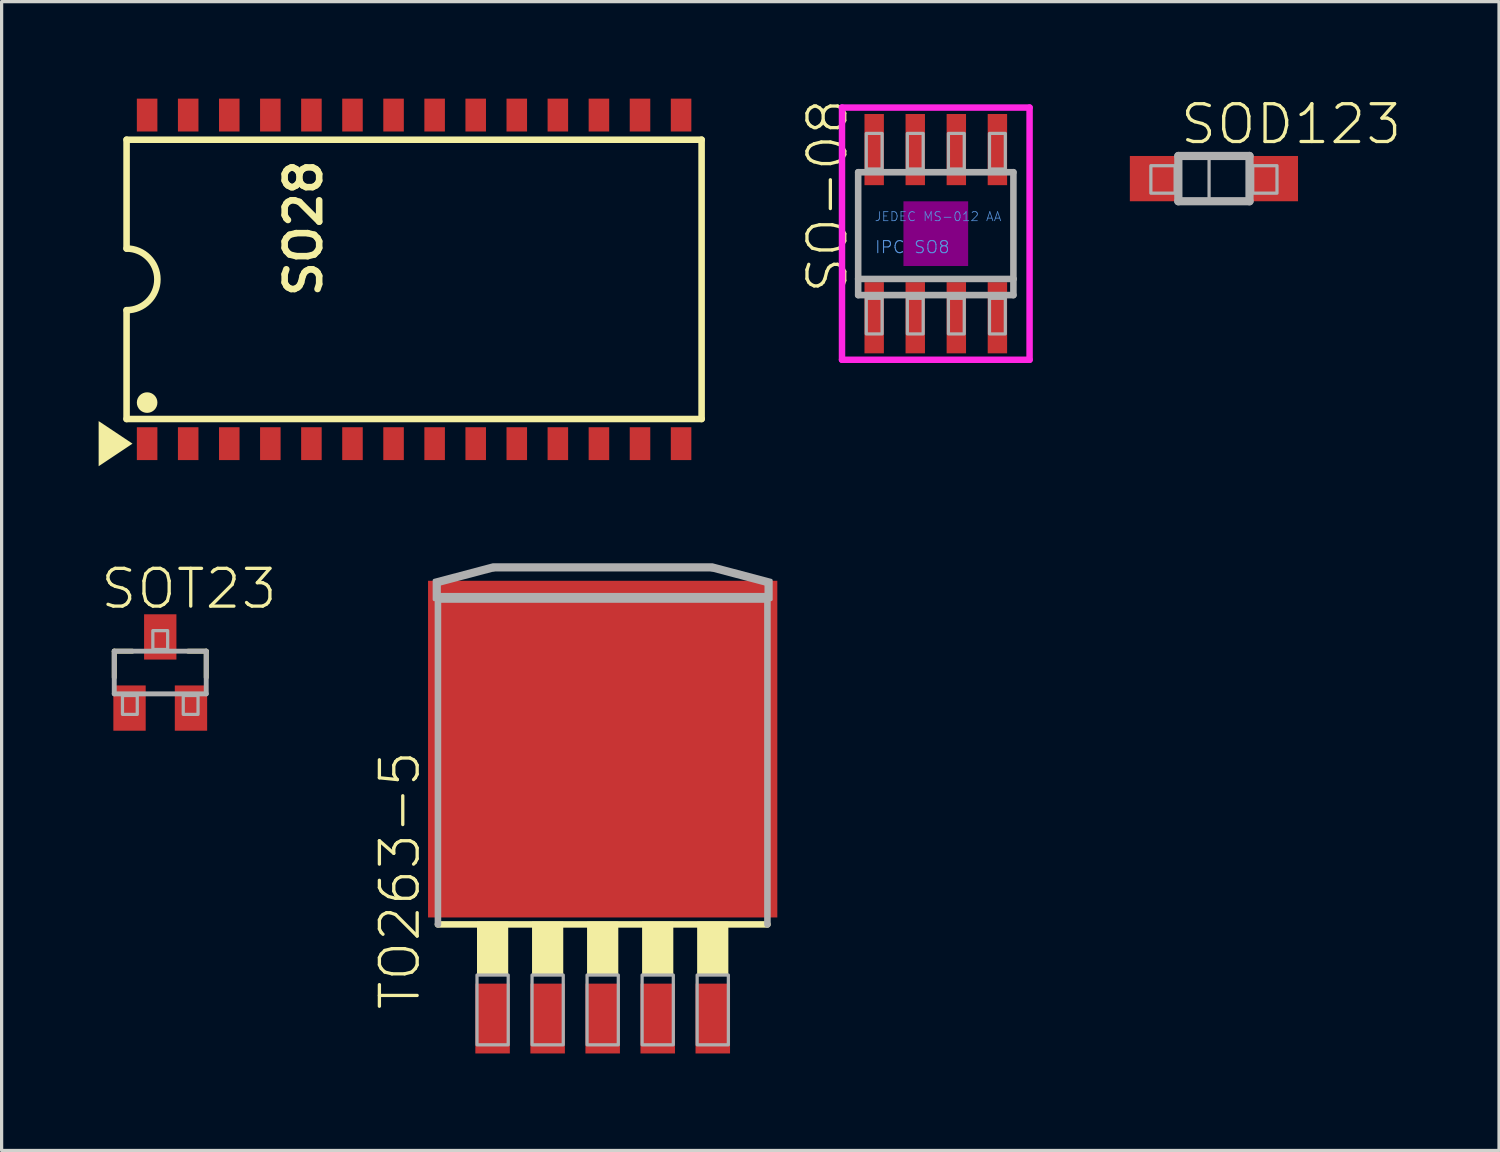
<source format=kicad_pcb>
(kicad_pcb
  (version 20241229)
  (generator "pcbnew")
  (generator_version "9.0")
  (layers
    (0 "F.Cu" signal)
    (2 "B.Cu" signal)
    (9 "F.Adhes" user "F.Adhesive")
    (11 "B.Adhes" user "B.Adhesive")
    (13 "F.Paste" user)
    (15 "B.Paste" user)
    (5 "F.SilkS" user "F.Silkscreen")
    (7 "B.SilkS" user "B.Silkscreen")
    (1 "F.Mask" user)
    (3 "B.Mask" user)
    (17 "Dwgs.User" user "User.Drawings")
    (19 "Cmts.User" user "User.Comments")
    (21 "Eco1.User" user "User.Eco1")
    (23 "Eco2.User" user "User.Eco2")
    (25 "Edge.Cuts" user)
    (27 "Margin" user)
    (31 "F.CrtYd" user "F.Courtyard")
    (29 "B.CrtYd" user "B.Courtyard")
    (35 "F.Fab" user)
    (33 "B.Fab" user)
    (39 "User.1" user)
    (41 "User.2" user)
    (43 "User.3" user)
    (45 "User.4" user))
  (footprint "TO263-5"
    (layer "F.Cu")
    (at 15.585 22.653)
    (property "Reference" "TO263-5" (at -5.588 5.588 90) (layer "F.SilkS") (effects (font (size 1.168 1.168) (thickness 0.102)) (justify left bottom)))
    (fp_line (start 5.094 2.88) (end -5.094 2.88) (stroke (width 0.203) (type solid)) (layer "F.SilkS"))
    (fp_poly (pts (xy -3.886 4.47) (xy -2.921 4.47) (xy -2.921 2.794) (xy -3.886 2.794)) (stroke (width 0) (type solid)) (fill yes) (layer "F.SilkS"))
    (fp_poly (pts (xy -2.184 4.47) (xy -1.219 4.47) (xy -1.219 2.794) (xy -2.184 2.794)) (stroke (width 0) (type solid)) (fill yes) (layer "F.SilkS"))
    (fp_poly (pts (xy -0.483 4.47) (xy 0.483 4.47) (xy 0.483 2.794) (xy -0.483 2.794)) (stroke (width 0) (type solid)) (fill yes) (layer "F.SilkS"))
    (fp_poly (pts (xy 1.219 4.47) (xy 2.184 4.47) (xy 2.184 2.794) (xy 1.219 2.794)) (stroke (width 0) (type solid)) (fill yes) (layer "F.SilkS"))
    (fp_poly (pts (xy 2.921 4.47) (xy 3.886 4.47) (xy 3.886 2.794) (xy 2.921 2.794)) (stroke (width 0) (type solid)) (fill yes) (layer "F.SilkS"))
    (fp_line (start -5.105 -7.678) (end -3.378 -8.135) (stroke (width 0.203) (type solid)) (layer "F.Fab"))
    (fp_line (start -5.105 -7.267) (end -5.105 -7.678) (stroke (width 0.203) (type solid)) (layer "F.Fab"))
    (fp_line (start -5.094 -7.165) (end 5.094 -7.165) (stroke (width 0.203) (type solid)) (layer "F.Fab"))
    (fp_line (start -5.094 2.88) (end -5.094 -7.165) (stroke (width 0.203) (type solid)) (layer "F.Fab"))
    (fp_line (start -3.378 -8.135) (end 3.378 -8.135) (stroke (width 0.203) (type solid)) (layer "F.Fab"))
    (fp_line (start 3.378 -8.135) (end 5.105 -7.678) (stroke (width 0.203) (type solid)) (layer "F.Fab"))
    (fp_line (start 5.094 -7.165) (end 5.094 2.88) (stroke (width 0.203) (type solid)) (layer "F.Fab"))
    (fp_line (start 5.105 -7.678) (end 5.105 -7.267) (stroke (width 0.203) (type solid)) (layer "F.Fab"))
    (fp_line (start 5.105 -7.267) (end -5.105 -7.267) (stroke (width 0.203) (type solid)) (layer "F.Fab"))
    (fp_poly (pts (xy -3.886 6.604) (xy -2.921 6.604) (xy -2.921 4.445) (xy -3.886 4.445)) (stroke (width 0.1) (type solid)) (fill no) (layer "F.Fab"))
    (fp_poly (pts (xy -2.184 6.604) (xy -1.219 6.604) (xy -1.219 4.445) (xy -2.184 4.445)) (stroke (width 0.1) (type solid)) (fill no) (layer "F.Fab"))
    (fp_poly (pts (xy -0.483 6.604) (xy 0.483 6.604) (xy 0.483 4.445) (xy -0.483 4.445)) (stroke (width 0.1) (type solid)) (fill no) (layer "F.Fab"))
    (fp_poly (pts (xy 1.219 6.604) (xy 2.184 6.604) (xy 2.184 4.445) (xy 1.219 4.445)) (stroke (width 0.1) (type solid)) (fill no) (layer "F.Fab"))
    (fp_poly (pts (xy 2.921 6.604) (xy 3.886 6.604) (xy 3.886 4.445) (xy 2.921 4.445)) (stroke (width 0.1) (type solid)) (fill no) (layer "F.Fab"))
    (fp_poly (pts (xy 5.207 -7.756) (xy 5.207 -7.165) (xy -5.207 -7.165) (xy -5.207 -7.756) (xy -3.391 -8.237) (xy 3.391 -8.237)) (stroke (width 0.1) (type solid)) (fill no) (layer "F.Fab"))
    (pad "1" smd rect (at -3.404 5.791) (size 1.067 2.159) (layers "F.Cu" "F.Mask" "F.Paste"))
    (pad "2" smd rect (at -1.702 5.791) (size 1.067 2.159) (layers "F.Cu" "F.Mask" "F.Paste"))
    (pad "3" smd rect (at 0 5.791) (size 1.067 2.159) (layers "F.Cu" "F.Mask" "F.Paste"))
    (pad "4" smd rect (at 1.702 5.791) (size 1.067 2.159) (layers "F.Cu" "F.Mask" "F.Paste"))
    (pad "5" smd rect (at 3.404 5.791) (size 1.067 2.159) (layers "F.Cu" "F.Mask" "F.Paste"))
    (pad "6" smd rect (at 0 -2.54) (size 10.8 10.41) (layers "F.Cu" "F.Mask" "F.Paste")))
  (footprint "SO28"
    (layer "F.Cu")
    (at 9.754 5.588)
    (property "Reference" "SO28" (at -2.794 0.635 90) (layer "F.SilkS") (effects (font (size 1.067 1.067) (thickness 0.203)) (justify left bottom)))
    (fp_line (start -8.89 -4.318) (end -8.89 -0.953) (stroke (width 0.203) (type solid)) (layer "F.SilkS"))
    (fp_line (start -8.89 0.953) (end -8.89 4.318) (stroke (width 0.203) (type solid)) (layer "F.SilkS"))
    (fp_line (start -8.89 4.318) (end 8.89 4.318) (stroke (width 0.203) (type solid)) (layer "F.SilkS"))
    (fp_line (start 8.89 -4.318) (end -8.89 -4.318) (stroke (width 0.203) (type solid)) (layer "F.SilkS"))
    (fp_line (start 8.89 4.318) (end 8.89 -4.318) (stroke (width 0.203) (type solid)) (layer "F.SilkS"))
    (fp_arc (start -8.89 -0.9525) (mid -7.9375 0) (end -8.89 0.9525) (stroke (width 0.2032) (type solid)) (layer "F.SilkS"))
    (fp_circle (center -8.255 3.81) (end -8.096 3.81) (stroke (width 0.318) (type solid)) (fill yes) (layer "F.SilkS"))
    (fp_poly (pts (xy -8.707 5.08) (xy -9.754 5.778) (xy -9.754 4.382)) (stroke (width 0) (type solid)) (fill yes) (layer "F.SilkS"))
    (pad "1" smd rect (at -8.255 5.08) (size 0.635 1.016) (layers "F.Cu" "F.Mask" "F.Paste"))
    (pad "2" smd rect (at -6.985 5.08) (size 0.635 1.016) (layers "F.Cu" "F.Mask" "F.Paste"))
    (pad "3" smd rect (at -5.715 5.08) (size 0.635 1.016) (layers "F.Cu" "F.Mask" "F.Paste"))
    (pad "4" smd rect (at -4.445 5.08) (size 0.635 1.016) (layers "F.Cu" "F.Mask" "F.Paste"))
    (pad "5" smd rect (at -3.175 5.08) (size 0.635 1.016) (layers "F.Cu" "F.Mask" "F.Paste"))
    (pad "6" smd rect (at -1.905 5.08) (size 0.635 1.016) (layers "F.Cu" "F.Mask" "F.Paste"))
    (pad "7" smd rect (at -0.635 5.08) (size 0.635 1.016) (layers "F.Cu" "F.Mask" "F.Paste"))
    (pad "8" smd rect (at 0.635 5.08) (size 0.635 1.016) (layers "F.Cu" "F.Mask" "F.Paste"))
    (pad "9" smd rect (at 1.905 5.08) (size 0.635 1.016) (layers "F.Cu" "F.Mask" "F.Paste"))
    (pad "10" smd rect (at 3.175 5.08) (size 0.635 1.016) (layers "F.Cu" "F.Mask" "F.Paste"))
    (pad "11" smd rect (at 4.445 5.08) (size 0.635 1.016) (layers "F.Cu" "F.Mask" "F.Paste"))
    (pad "12" smd rect (at 5.715 5.08) (size 0.635 1.016) (layers "F.Cu" "F.Mask" "F.Paste"))
    (pad "13" smd rect (at 6.985 5.08) (size 0.635 1.016) (layers "F.Cu" "F.Mask" "F.Paste"))
    (pad "14" smd rect (at 8.255 5.08) (size 0.635 1.016) (layers "F.Cu" "F.Mask" "F.Paste"))
    (pad "15" smd rect (at 8.255 -5.08) (size 0.635 1.016) (layers "F.Cu" "F.Mask" "F.Paste"))
    (pad "16" smd rect (at 6.985 -5.08) (size 0.635 1.016) (layers "F.Cu" "F.Mask" "F.Paste"))
    (pad "17" smd rect (at 5.715 -5.08) (size 0.635 1.016) (layers "F.Cu" "F.Mask" "F.Paste"))
    (pad "18" smd rect (at 4.445 -5.08) (size 0.635 1.016) (layers "F.Cu" "F.Mask" "F.Paste"))
    (pad "19" smd rect (at 3.175 -5.08) (size 0.635 1.016) (layers "F.Cu" "F.Mask" "F.Paste"))
    (pad "20" smd rect (at 1.905 -5.08) (size 0.635 1.016) (layers "F.Cu" "F.Mask" "F.Paste"))
    (pad "21" smd rect (at 0.635 -5.08) (size 0.635 1.016) (layers "F.Cu" "F.Mask" "F.Paste"))
    (pad "22" smd rect (at -0.635 -5.08) (size 0.635 1.016) (layers "F.Cu" "F.Mask" "F.Paste"))
    (pad "23" smd rect (at -1.905 -5.08) (size 0.635 1.016) (layers "F.Cu" "F.Mask" "F.Paste"))
    (pad "24" smd rect (at -3.175 -5.08) (size 0.635 1.016) (layers "F.Cu" "F.Mask" "F.Paste"))
    (pad "25" smd rect (at -4.445 -5.08) (size 0.635 1.016) (layers "F.Cu" "F.Mask" "F.Paste"))
    (pad "26" smd rect (at -5.715 -5.08) (size 0.635 1.016) (layers "F.Cu" "F.Mask" "F.Paste"))
    (pad "27" smd rect (at -6.985 -5.08) (size 0.635 1.016) (layers "F.Cu" "F.Mask" "F.Paste"))
    (pad "28" smd rect (at -8.255 -5.08) (size 0.635 1.016) (layers "F.Cu" "F.Mask" "F.Paste")))
  (footprint "SOD123"
    (layer "F.Cu")
    (at 34.485 2.473)
    (property "Reference" "SOD123" (at -1.1 -1 0) (layer "F.SilkS") (effects (font (size 1.168 1.168) (thickness 0.102)) (justify left bottom)))
    (fp_line (start -1.1 -0.7) (end 1.1 -0.7) (stroke (width 0.254) (type solid)) (layer "F.Fab"))
    (fp_line (start -1.1 0.7) (end -1.1 -0.7) (stroke (width 0.254) (type solid)) (layer "F.Fab"))
    (fp_line (start 1.1 -0.7) (end 1.1 0.7) (stroke (width 0.254) (type solid)) (layer "F.Fab"))
    (fp_line (start 1.1 0.7) (end -1.1 0.7) (stroke (width 0.254) (type solid)) (layer "F.Fab"))
    (fp_poly (pts (xy -1.95 0.45) (xy -1.2 0.45) (xy -1.2 -0.4) (xy -1.95 -0.4)) (stroke (width 0.1) (type solid)) (fill no) (layer "F.Fab"))
    (fp_poly (pts (xy -1.05 0.65) (xy -0.15 0.65) (xy -0.15 -0.7) (xy -1.05 -0.7)) (stroke (width 0.1) (type solid)) (fill no) (layer "F.Fab"))
    (fp_poly (pts (xy 1.2 0.45) (xy 1.95 0.45) (xy 1.95 -0.4) (xy 1.2 -0.4)) (stroke (width 0.1) (type solid)) (fill no) (layer "F.Fab"))
    (pad "A" smd rect (at 1.9 0) (size 1.4 1.4) (layers "F.Cu" "F.Mask" "F.Paste"))
    (pad "C" smd rect (at -1.9 0) (size 1.4 1.4) (layers "F.Cu" "F.Mask" "F.Paste")))
  (footprint "SO-08"
    (layer "F.Cu")
    (at 25.885 4.175)
    (property "Reference" "SO-08" (at -2.667 1.905 90) (layer "F.SilkS") (effects (font (size 1.168 1.168) (thickness 0.102)) (justify left bottom)))
    (fp_poly (pts (xy -1 1) (xy 1 1) (xy 1 -1) (xy -1 -1)) (stroke (width 0) (type solid)) (fill yes) (layer "F.Adhes"))
    (fp_line (start -2.9 -3.9) (end 2.9 -3.9) (stroke (width 0.2) (type solid)) (layer "F.CrtYd"))
    (fp_line (start -2.9 3.9) (end -2.9 -3.9) (stroke (width 0.2) (type solid)) (layer "F.CrtYd"))
    (fp_line (start 2.9 -3.9) (end 2.9 3.9) (stroke (width 0.2) (type solid)) (layer "F.CrtYd"))
    (fp_line (start 2.9 3.9) (end -2.9 3.9) (stroke (width 0.2) (type solid)) (layer "F.CrtYd"))
    (fp_line (start -2.4 -1.9) (end 2.4 -1.9) (stroke (width 0.203) (type solid)) (layer "F.Fab"))
    (fp_line (start -2.4 1.4) (end -2.4 -1.9) (stroke (width 0.203) (type solid)) (layer "F.Fab"))
    (fp_line (start -2.4 1.9) (end -2.4 1.4) (stroke (width 0.203) (type solid)) (layer "F.Fab"))
    (fp_line (start 2.4 -1.9) (end 2.4 1.4) (stroke (width 0.203) (type solid)) (layer "F.Fab"))
    (fp_line (start 2.4 1.4) (end -2.4 1.4) (stroke (width 0.203) (type solid)) (layer "F.Fab"))
    (fp_line (start 2.4 1.4) (end 2.4 1.9) (stroke (width 0.203) (type solid)) (layer "F.Fab"))
    (fp_line (start 2.4 1.9) (end -2.4 1.9) (stroke (width 0.203) (type solid)) (layer "F.Fab"))
    (fp_poly (pts (xy -2.15 -2) (xy -1.66 -2) (xy -1.66 -3.1) (xy -2.15 -3.1)) (stroke (width 0.1) (type solid)) (fill no) (layer "F.Fab"))
    (fp_poly (pts (xy -2.15 3.1) (xy -1.66 3.1) (xy -1.66 2) (xy -2.15 2)) (stroke (width 0.1) (type solid)) (fill no) (layer "F.Fab"))
    (fp_poly (pts (xy -0.88 -2) (xy -0.39 -2) (xy -0.39 -3.1) (xy -0.88 -3.1)) (stroke (width 0.1) (type solid)) (fill no) (layer "F.Fab"))
    (fp_poly (pts (xy -0.88 3.1) (xy -0.39 3.1) (xy -0.39 2) (xy -0.88 2)) (stroke (width 0.1) (type solid)) (fill no) (layer "F.Fab"))
    (fp_poly (pts (xy 0.39 -2) (xy 0.88 -2) (xy 0.88 -3.1) (xy 0.39 -3.1)) (stroke (width 0.1) (type solid)) (fill no) (layer "F.Fab"))
    (fp_poly (pts (xy 0.39 3.1) (xy 0.88 3.1) (xy 0.88 2) (xy 0.39 2)) (stroke (width 0.1) (type solid)) (fill no) (layer "F.Fab"))
    (fp_poly (pts (xy 1.66 -2) (xy 2.15 -2) (xy 2.15 -3.1) (xy 1.66 -3.1)) (stroke (width 0.1) (type solid)) (fill no) (layer "F.Fab"))
    (fp_poly (pts (xy 1.66 3.1) (xy 2.15 3.1) (xy 2.15 2) (xy 1.66 2)) (stroke (width 0.1) (type solid)) (fill no) (layer "F.Fab"))
    (fp_text user "IPC SO8" (at -1.905 0.635 0) (layer "Cmts.User") (effects (font (size 0.374 0.374) (thickness 0.033)) (justify left bottom)))
    (fp_text user "JEDEC MS-012 AA" (at -1.905 -0.365 0) (layer "Cmts.User") (effects (font (size 0.28 0.28) (thickness 0.024)) (justify left bottom)))
    (pad "1" smd rect (at -1.905 2.6) (size 0.6 2.2) (layers "F.Cu" "F.Mask" "F.Paste"))
    (pad "2" smd rect (at -0.635 2.6) (size 0.6 2.2) (layers "F.Cu" "F.Mask" "F.Paste"))
    (pad "3" smd rect (at 0.635 2.6) (size 0.6 2.2) (layers "F.Cu" "F.Mask" "F.Paste"))
    (pad "4" smd rect (at 1.905 2.6) (size 0.6 2.2) (layers "F.Cu" "F.Mask" "F.Paste"))
    (pad "5" smd rect (at 1.905 -2.6) (size 0.6 2.2) (layers "F.Cu" "F.Mask" "F.Paste"))
    (pad "6" smd rect (at 0.635 -2.6) (size 0.6 2.2) (layers "F.Cu" "F.Mask" "F.Paste"))
    (pad "7" smd rect (at -0.635 -2.6) (size 0.6 2.2) (layers "F.Cu" "F.Mask" "F.Paste"))
    (pad "8" smd rect (at -1.905 -2.6) (size 0.6 2.2) (layers "F.Cu" "F.Mask" "F.Paste")))
  (footprint "SOT23"
    (layer "F.Cu")
    (at 1.905 17.744)
    (property "Reference" "SOT23" (at -1.905 -1.905 0) (layer "F.SilkS") (effects (font (size 1.168 1.168) (thickness 0.102)) (justify left bottom)))
    (fp_line (start -1.422 -0.66) (end -0.864 -0.66) (stroke (width 0.152) (type solid)) (layer "F.SilkS"))
    (fp_line (start -1.422 0.152) (end -1.422 -0.66) (stroke (width 0.152) (type solid)) (layer "F.SilkS"))
    (fp_line (start 0.864 -0.66) (end 1.422 -0.66) (stroke (width 0.152) (type solid)) (layer "F.SilkS"))
    (fp_line (start 1.422 -0.66) (end 1.422 0.152) (stroke (width 0.152) (type solid)) (layer "F.SilkS"))
    (fp_line (start -1.422 -0.66) (end 1.422 -0.66) (stroke (width 0.152) (type solid)) (layer "F.Fab"))
    (fp_line (start -1.422 0.66) (end -1.422 -0.66) (stroke (width 0.152) (type solid)) (layer "F.Fab"))
    (fp_line (start 1.422 -0.66) (end 1.422 0.66) (stroke (width 0.152) (type solid)) (layer "F.Fab"))
    (fp_line (start 1.422 0.66) (end -1.422 0.66) (stroke (width 0.152) (type solid)) (layer "F.Fab"))
    (fp_poly (pts (xy -1.168 1.295) (xy -0.711 1.295) (xy -0.711 0.711) (xy -1.168 0.711)) (stroke (width 0.1) (type solid)) (fill no) (layer "F.Fab"))
    (fp_poly (pts (xy -0.229 -0.711) (xy 0.229 -0.711) (xy 0.229 -1.295) (xy -0.229 -1.295)) (stroke (width 0.1) (type solid)) (fill no) (layer "F.Fab"))
    (fp_poly (pts (xy 0.711 1.295) (xy 1.168 1.295) (xy 1.168 0.711) (xy 0.711 0.711)) (stroke (width 0.1) (type solid)) (fill no) (layer "F.Fab"))
    (pad "1" smd rect (at -0.95 1.1) (size 1 1.4) (layers "F.Cu" "F.Mask" "F.Paste"))
    (pad "2" smd rect (at 0.95 1.1) (size 1 1.4) (layers "F.Cu" "F.Mask" "F.Paste"))
    (pad "3" smd rect (at 0 -1.1) (size 1 1.4) (layers "F.Cu" "F.Mask" "F.Paste")))
  (gr_rect
    (start -3 -3)
    (end 43.3 32.524)
    (stroke (width 0.1) (type default))
    (fill no)
    (layer "Edge.Cuts")))
</source>
